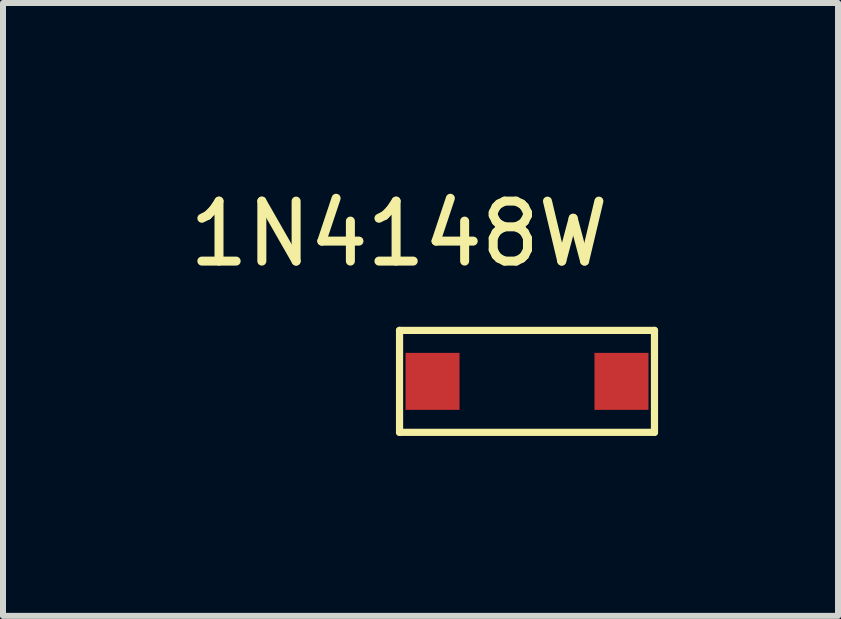
<source format=kicad_pcb>
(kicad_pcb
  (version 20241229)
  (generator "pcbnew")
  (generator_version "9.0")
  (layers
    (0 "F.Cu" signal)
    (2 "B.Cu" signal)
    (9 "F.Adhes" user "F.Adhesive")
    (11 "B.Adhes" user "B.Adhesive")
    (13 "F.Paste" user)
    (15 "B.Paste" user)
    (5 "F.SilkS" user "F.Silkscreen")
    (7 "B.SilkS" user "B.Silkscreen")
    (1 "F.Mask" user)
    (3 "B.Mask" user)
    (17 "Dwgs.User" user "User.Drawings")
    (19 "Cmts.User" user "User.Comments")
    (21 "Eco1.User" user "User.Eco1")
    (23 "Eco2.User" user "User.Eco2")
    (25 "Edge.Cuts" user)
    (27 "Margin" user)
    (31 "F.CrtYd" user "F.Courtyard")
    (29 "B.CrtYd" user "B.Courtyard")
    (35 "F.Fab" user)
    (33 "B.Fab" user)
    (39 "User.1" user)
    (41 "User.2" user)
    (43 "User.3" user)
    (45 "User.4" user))
  (footprint "1N4148W"
    (layer "F.Cu")
    (at 3.611 2.458)
    (property "Reference" "1N4148W" (at -0.01 -1.61 0) (layer "F.SilkS") (effects (font (size 1 1) (thickness 0.15))))
    (attr through_hole)
    (fp_line (start 0 0) (end 0 1.7) (stroke (width 0.12) (type solid)) (layer "F.SilkS"))
    (fp_line (start 0 0) (end 4.25 0) (stroke (width 0.12) (type solid)) (layer "F.SilkS"))
    (fp_line (start 0 1.7) (end 4.25 1.7) (stroke (width 0.12) (type solid)) (layer "F.SilkS"))
    (fp_line (start 4.25 0) (end 4.25 1.7) (stroke (width 0.12) (type solid)) (layer "F.SilkS"))
    (pad "1" smd rect (at 0.1 0.375) (size 0.9 0.95) (drill (offset 0.45 0.475)) (layers "F.Cu" "F.Mask" "F.Paste"))
    (pad "2" smd rect (at 3.25 0.375) (size 0.9 0.95) (drill (offset 0.45 0.475)) (layers "F.Cu" "F.Mask" "F.Paste")))
  (gr_rect
    (start -3 -3)
    (end 10.921 7.218)
    (stroke (width 0.1) (type default))
    (fill no)
    (layer "Edge.Cuts")))
</source>
